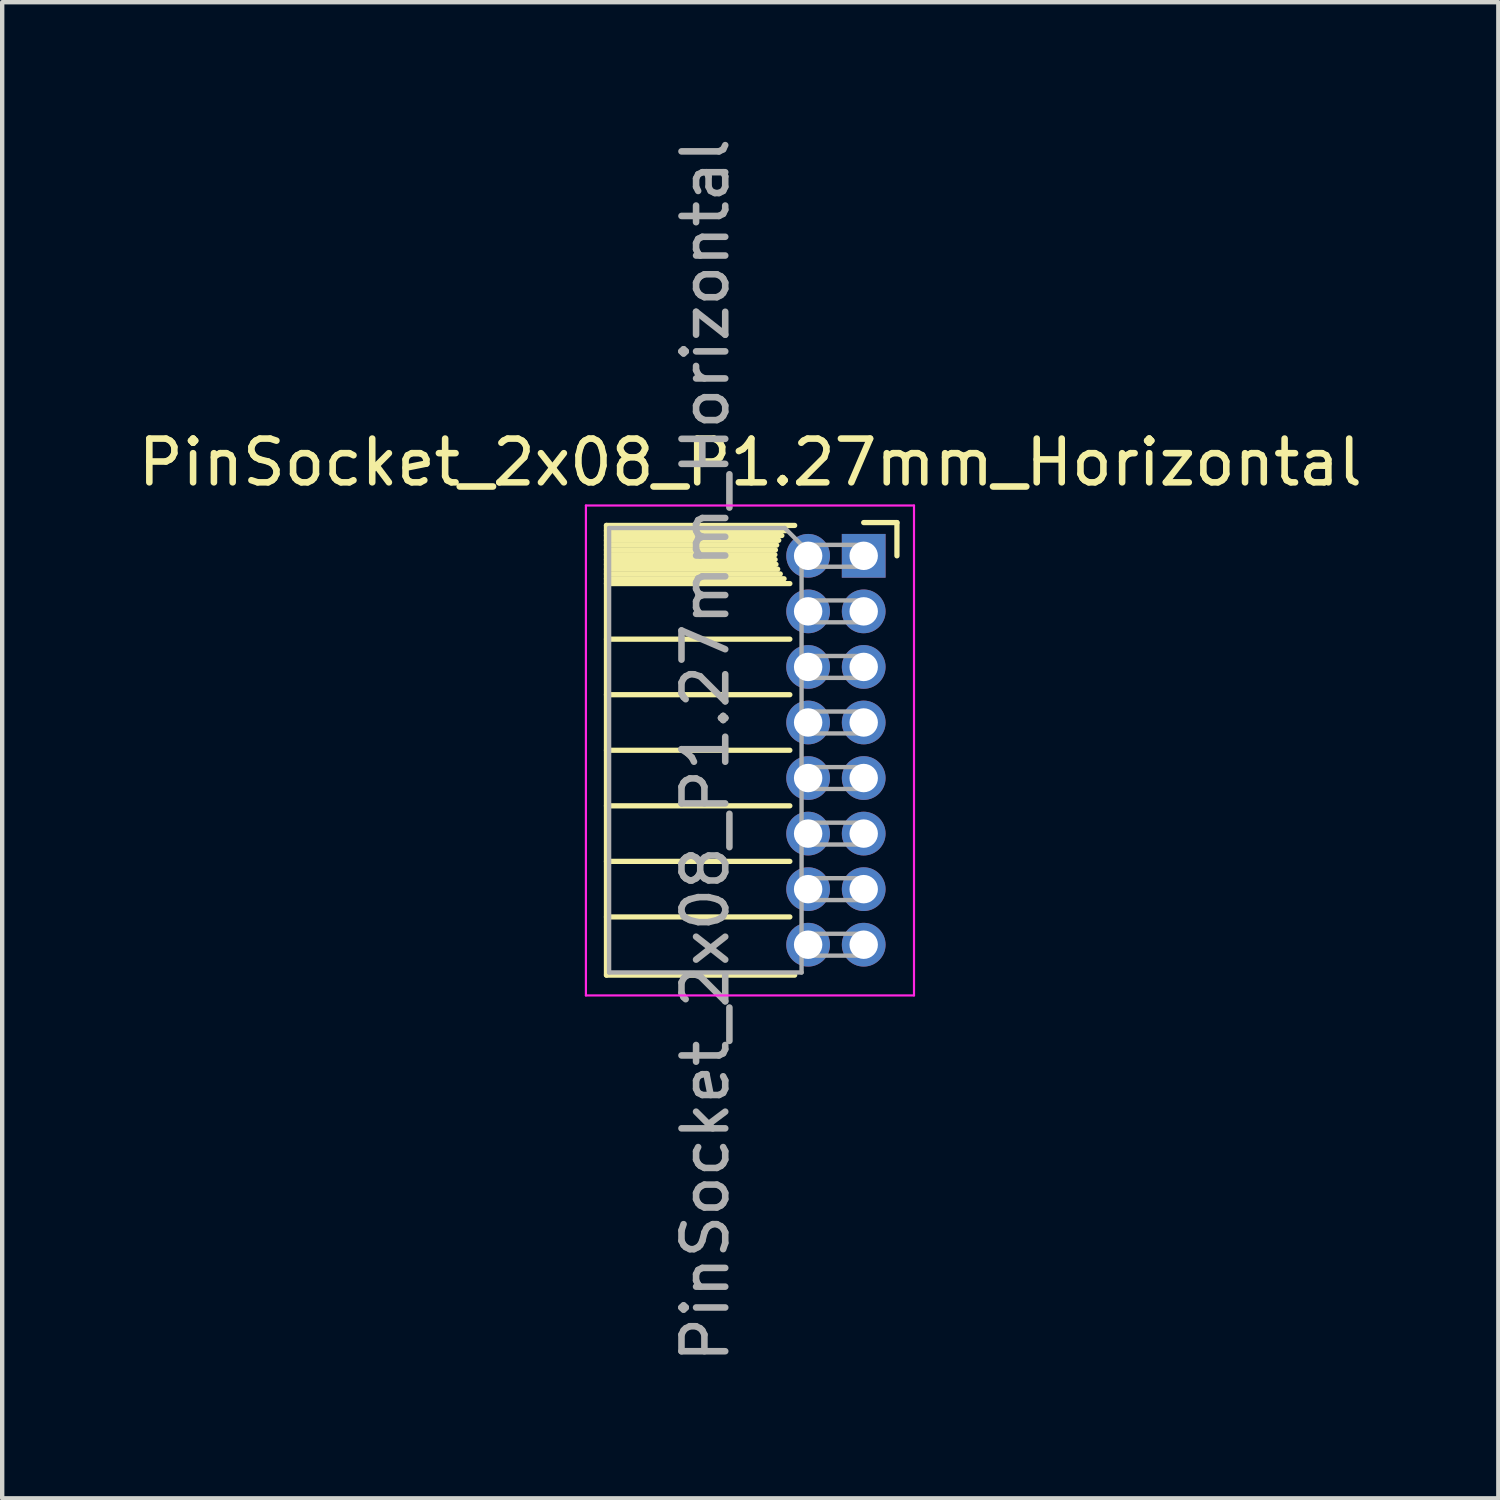
<source format=kicad_pcb>
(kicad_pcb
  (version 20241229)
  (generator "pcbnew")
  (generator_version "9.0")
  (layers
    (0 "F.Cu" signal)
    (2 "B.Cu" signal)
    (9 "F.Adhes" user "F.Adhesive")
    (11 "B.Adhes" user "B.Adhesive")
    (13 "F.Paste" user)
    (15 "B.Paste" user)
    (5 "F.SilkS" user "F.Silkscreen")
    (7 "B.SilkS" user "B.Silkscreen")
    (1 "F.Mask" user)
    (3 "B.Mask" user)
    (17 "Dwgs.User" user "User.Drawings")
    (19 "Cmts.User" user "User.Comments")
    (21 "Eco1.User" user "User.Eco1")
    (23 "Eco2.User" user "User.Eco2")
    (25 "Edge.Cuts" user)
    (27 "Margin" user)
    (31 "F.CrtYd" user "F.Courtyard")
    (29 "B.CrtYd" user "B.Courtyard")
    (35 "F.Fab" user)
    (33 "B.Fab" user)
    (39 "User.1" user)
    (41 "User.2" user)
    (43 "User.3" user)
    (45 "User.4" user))
  (footprint "PinSocket_2x08_P1.27mm_Horizontal"
    (layer "F.Cu")
    (at 16.694 9.656)
    (property "Reference" "PinSocket_2x08_P1.27mm_Horizontal" (at -2.592 -2.135 0) (layer "F.SilkS") (effects (font (size 1 1) (thickness 0.15))))
    (attr through_hole)
    (fp_line (start -5.88 -0.695) (end -5.88 9.585) (stroke (width 0.12) (type solid)) (layer "F.SilkS"))
    (fp_line (start -5.88 -0.695) (end -1.578 -0.695) (stroke (width 0.12) (type solid)) (layer "F.SilkS"))
    (fp_line (start -5.88 -0.575) (end -1.767 -0.575) (stroke (width 0.12) (type solid)) (layer "F.SilkS"))
    (fp_line (start -5.88 -0.465) (end -1.871 -0.465) (stroke (width 0.12) (type solid)) (layer "F.SilkS"))
    (fp_line (start -5.88 -0.355) (end -1.942 -0.355) (stroke (width 0.12) (type solid)) (layer "F.SilkS"))
    (fp_line (start -5.88 -0.245) (end -1.989 -0.245) (stroke (width 0.12) (type solid)) (layer "F.SilkS"))
    (fp_line (start -5.88 -0.135) (end -2.018 -0.135) (stroke (width 0.12) (type solid)) (layer "F.SilkS"))
    (fp_line (start -5.88 -0.025) (end -2.03 -0.025) (stroke (width 0.12) (type solid)) (layer "F.SilkS"))
    (fp_line (start -5.88 0.085) (end -2.025 0.085) (stroke (width 0.12) (type solid)) (layer "F.SilkS"))
    (fp_line (start -5.88 0.195) (end -2.005 0.195) (stroke (width 0.12) (type solid)) (layer "F.SilkS"))
    (fp_line (start -5.88 0.305) (end -1.966 0.305) (stroke (width 0.12) (type solid)) (layer "F.SilkS"))
    (fp_line (start -5.88 0.415) (end -1.907 0.415) (stroke (width 0.12) (type solid)) (layer "F.SilkS"))
    (fp_line (start -5.88 0.525) (end -1.82 0.525) (stroke (width 0.12) (type solid)) (layer "F.SilkS"))
    (fp_line (start -5.88 0.635) (end -1.688 0.635) (stroke (width 0.12) (type solid)) (layer "F.SilkS"))
    (fp_line (start -5.88 1.905) (end -1.688 1.905) (stroke (width 0.12) (type solid)) (layer "F.SilkS"))
    (fp_line (start -5.88 3.175) (end -1.688 3.175) (stroke (width 0.12) (type solid)) (layer "F.SilkS"))
    (fp_line (start -5.88 4.445) (end -1.688 4.445) (stroke (width 0.12) (type solid)) (layer "F.SilkS"))
    (fp_line (start -5.88 5.715) (end -1.688 5.715) (stroke (width 0.12) (type solid)) (layer "F.SilkS"))
    (fp_line (start -5.88 6.985) (end -1.688 6.985) (stroke (width 0.12) (type solid)) (layer "F.SilkS"))
    (fp_line (start -5.88 8.255) (end -1.688 8.255) (stroke (width 0.12) (type solid)) (layer "F.SilkS"))
    (fp_line (start -5.88 9.585) (end -1.578 9.585) (stroke (width 0.12) (type solid)) (layer "F.SilkS"))
    (fp_line (start 0 -0.76) (end 0.76 -0.76) (stroke (width 0.12) (type solid)) (layer "F.SilkS"))
    (fp_line (start 0.76 -0.76) (end 0.76 0) (stroke (width 0.12) (type solid)) (layer "F.SilkS"))
    (fp_line (start -6.35 -1.15) (end -6.35 10.05) (stroke (width 0.05) (type solid)) (layer "F.CrtYd"))
    (fp_line (start -6.35 10.05) (end 1.15 10.05) (stroke (width 0.05) (type solid)) (layer "F.CrtYd"))
    (fp_line (start 1.15 -1.15) (end -6.35 -1.15) (stroke (width 0.05) (type solid)) (layer "F.CrtYd"))
    (fp_line (start 1.15 10.05) (end 1.15 -1.15) (stroke (width 0.05) (type solid)) (layer "F.CrtYd"))
    (fp_line (start -5.82 -0.635) (end -1.805 -0.635) (stroke (width 0.1) (type solid)) (layer "F.Fab"))
    (fp_line (start -5.82 9.525) (end -5.82 -0.635) (stroke (width 0.1) (type solid)) (layer "F.Fab"))
    (fp_line (start -1.805 -0.635) (end -1.42 -0.25) (stroke (width 0.1) (type solid)) (layer "F.Fab"))
    (fp_line (start -1.42 -0.25) (end -1.42 9.525) (stroke (width 0.1) (type solid)) (layer "F.Fab"))
    (fp_line (start -1.42 0.25) (end 0 0.25) (stroke (width 0.1) (type solid)) (layer "F.Fab"))
    (fp_line (start -1.42 1.52) (end 0 1.52) (stroke (width 0.1) (type solid)) (layer "F.Fab"))
    (fp_line (start -1.42 2.79) (end 0 2.79) (stroke (width 0.1) (type solid)) (layer "F.Fab"))
    (fp_line (start -1.42 4.06) (end 0 4.06) (stroke (width 0.1) (type solid)) (layer "F.Fab"))
    (fp_line (start -1.42 5.33) (end 0 5.33) (stroke (width 0.1) (type solid)) (layer "F.Fab"))
    (fp_line (start -1.42 6.6) (end 0 6.6) (stroke (width 0.1) (type solid)) (layer "F.Fab"))
    (fp_line (start -1.42 7.87) (end 0 7.87) (stroke (width 0.1) (type solid)) (layer "F.Fab"))
    (fp_line (start -1.42 9.14) (end 0 9.14) (stroke (width 0.1) (type solid)) (layer "F.Fab"))
    (fp_line (start -1.42 9.525) (end -5.82 9.525) (stroke (width 0.1) (type solid)) (layer "F.Fab"))
    (fp_line (start 0 -0.25) (end -1.42 -0.25) (stroke (width 0.1) (type solid)) (layer "F.Fab"))
    (fp_line (start 0 0.25) (end 0 -0.25) (stroke (width 0.1) (type solid)) (layer "F.Fab"))
    (fp_line (start 0 1.02) (end -1.42 1.02) (stroke (width 0.1) (type solid)) (layer "F.Fab"))
    (fp_line (start 0 1.52) (end 0 1.02) (stroke (width 0.1) (type solid)) (layer "F.Fab"))
    (fp_line (start 0 2.29) (end -1.42 2.29) (stroke (width 0.1) (type solid)) (layer "F.Fab"))
    (fp_line (start 0 2.79) (end 0 2.29) (stroke (width 0.1) (type solid)) (layer "F.Fab"))
    (fp_line (start 0 3.56) (end -1.42 3.56) (stroke (width 0.1) (type solid)) (layer "F.Fab"))
    (fp_line (start 0 4.06) (end 0 3.56) (stroke (width 0.1) (type solid)) (layer "F.Fab"))
    (fp_line (start 0 4.83) (end -1.42 4.83) (stroke (width 0.1) (type solid)) (layer "F.Fab"))
    (fp_line (start 0 5.33) (end 0 4.83) (stroke (width 0.1) (type solid)) (layer "F.Fab"))
    (fp_line (start 0 6.1) (end -1.42 6.1) (stroke (width 0.1) (type solid)) (layer "F.Fab"))
    (fp_line (start 0 6.6) (end 0 6.1) (stroke (width 0.1) (type solid)) (layer "F.Fab"))
    (fp_line (start 0 7.37) (end -1.42 7.37) (stroke (width 0.1) (type solid)) (layer "F.Fab"))
    (fp_line (start 0 7.87) (end 0 7.37) (stroke (width 0.1) (type solid)) (layer "F.Fab"))
    (fp_line (start 0 8.64) (end -1.42 8.64) (stroke (width 0.1) (type solid)) (layer "F.Fab"))
    (fp_line (start 0 9.14) (end 0 8.64) (stroke (width 0.1) (type solid)) (layer "F.Fab"))
    (fp_text user "${REFERENCE}" (at -3.62 4.445 90) (layer "F.Fab") (effects (font (size 1 1) (thickness 0.15))))
    (pad "1" thru_hole rect (at 0 0) (size 1 1) (drill 0.65) (layers "*.Cu" "*.Mask"))
    (pad "2" thru_hole oval (at -1.27 0) (size 1 1) (drill 0.65) (layers "*.Cu" "*.Mask"))
    (pad "3" thru_hole oval (at 0 1.27) (size 1 1) (drill 0.65) (layers "*.Cu" "*.Mask"))
    (pad "4" thru_hole oval (at -1.27 1.27) (size 1 1) (drill 0.65) (layers "*.Cu" "*.Mask"))
    (pad "5" thru_hole oval (at 0 2.54) (size 1 1) (drill 0.65) (layers "*.Cu" "*.Mask"))
    (pad "6" thru_hole oval (at -1.27 2.54) (size 1 1) (drill 0.65) (layers "*.Cu" "*.Mask"))
    (pad "7" thru_hole oval (at 0 3.81) (size 1 1) (drill 0.65) (layers "*.Cu" "*.Mask"))
    (pad "8" thru_hole oval (at -1.27 3.81) (size 1 1) (drill 0.65) (layers "*.Cu" "*.Mask"))
    (pad "9" thru_hole oval (at 0 5.08) (size 1 1) (drill 0.65) (layers "*.Cu" "*.Mask"))
    (pad "10" thru_hole oval (at -1.27 5.08) (size 1 1) (drill 0.65) (layers "*.Cu" "*.Mask"))
    (pad "11" thru_hole oval (at 0 6.35) (size 1 1) (drill 0.65) (layers "*.Cu" "*.Mask"))
    (pad "12" thru_hole oval (at -1.27 6.35) (size 1 1) (drill 0.65) (layers "*.Cu" "*.Mask"))
    (pad "13" thru_hole oval (at 0 7.62) (size 1 1) (drill 0.65) (layers "*.Cu" "*.Mask"))
    (pad "14" thru_hole oval (at -1.27 7.62) (size 1 1) (drill 0.65) (layers "*.Cu" "*.Mask"))
    (pad "15" thru_hole oval (at 0 8.89) (size 1 1) (drill 0.65) (layers "*.Cu" "*.Mask"))
    (pad "16" thru_hole oval (at -1.27 8.89) (size 1 1) (drill 0.65) (layers "*.Cu" "*.Mask")))
  (gr_rect
    (start -3 -3)
    (end 31.202 31.202)
    (stroke (width 0.1) (type default))
    (fill no)
    (layer "Edge.Cuts")))
</source>
